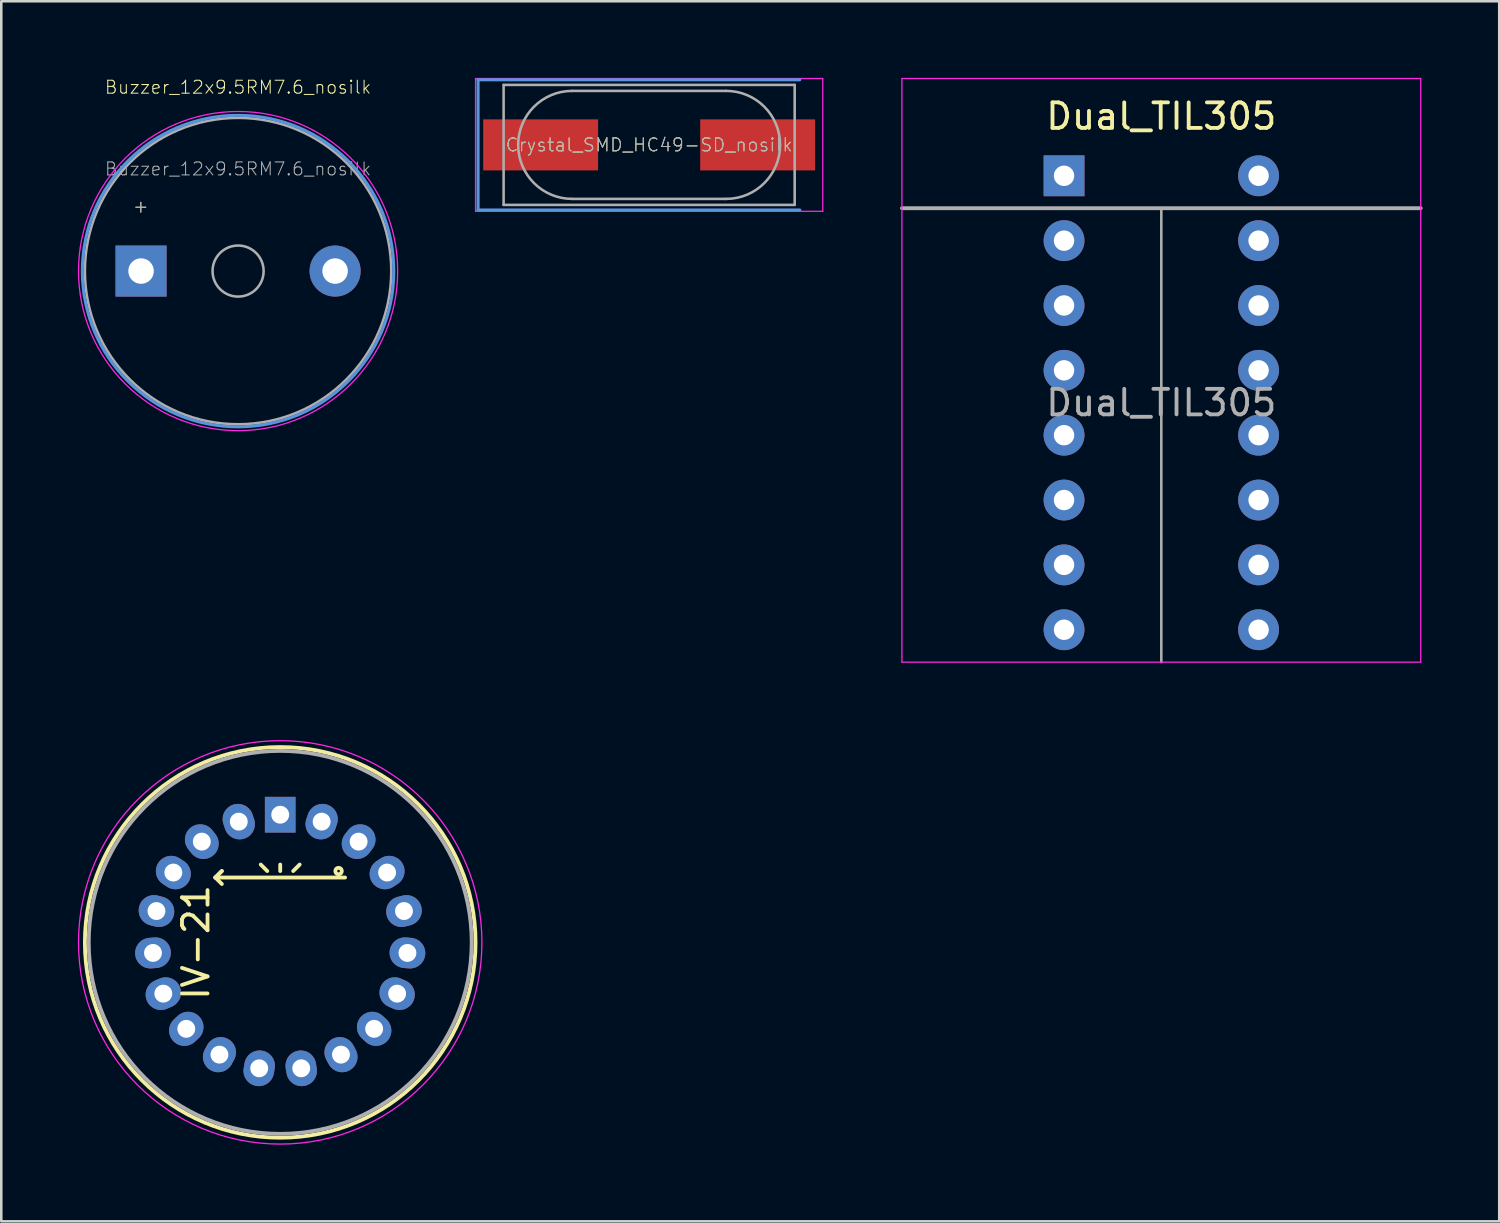
<source format=kicad_pcb>
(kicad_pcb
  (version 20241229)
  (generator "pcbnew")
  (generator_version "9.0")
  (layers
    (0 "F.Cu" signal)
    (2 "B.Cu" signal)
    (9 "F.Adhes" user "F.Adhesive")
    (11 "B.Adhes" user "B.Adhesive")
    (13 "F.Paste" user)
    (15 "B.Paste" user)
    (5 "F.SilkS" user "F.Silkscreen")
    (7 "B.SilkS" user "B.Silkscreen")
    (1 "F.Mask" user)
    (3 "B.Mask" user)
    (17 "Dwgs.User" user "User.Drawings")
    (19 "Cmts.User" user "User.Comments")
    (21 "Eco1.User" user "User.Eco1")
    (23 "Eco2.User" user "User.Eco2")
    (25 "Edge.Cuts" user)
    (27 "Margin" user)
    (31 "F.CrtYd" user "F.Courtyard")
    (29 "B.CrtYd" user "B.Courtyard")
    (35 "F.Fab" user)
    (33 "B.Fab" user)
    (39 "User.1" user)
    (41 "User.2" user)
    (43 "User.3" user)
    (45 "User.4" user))
  (footprint "IV-21"
    (layer "F.Cu")
    (at 7.925 33.86)
    (property "Reference" "IV-21" (at -3.302 0 90) (layer "F.SilkS") (effects (font (size 1 1) (thickness 0.15))))
    (attr through_hole)
    (fp_line (start -2.54 -2.54) (end -2.286 -2.794) (stroke (width 0.15) (type solid)) (layer "F.SilkS"))
    (fp_line (start -2.54 -2.54) (end -2.286 -2.286) (stroke (width 0.15) (type solid)) (layer "F.SilkS"))
    (fp_line (start -2.54 -2.54) (end 2.54 -2.54) (stroke (width 0.15) (type solid)) (layer "F.SilkS"))
    (fp_line (start -2.286 -2.794) (end -2.54 -2.54) (stroke (width 0.15) (type solid)) (layer "F.SilkS"))
    (fp_line (start -0.508 -2.794) (end -0.762 -3.048) (stroke (width 0.15) (type solid)) (layer "F.SilkS"))
    (fp_line (start 0 -2.794) (end 0 -3.048) (stroke (width 0.15) (type solid)) (layer "F.SilkS"))
    (fp_line (start 0.508 -2.794) (end 0.762 -3.048) (stroke (width 0.15) (type solid)) (layer "F.SilkS"))
    (fp_circle (center 0 0) (end 0 7.65) (stroke (width 0.15) (type solid)) (fill no) (layer "F.SilkS"))
    (fp_circle (center 2.286 -2.794) (end 2.413 -2.794) (stroke (width 0.15) (type solid)) (fill no) (layer "F.SilkS"))
    (fp_circle (center 0 0) (end 0 7.9) (stroke (width 0.05) (type solid)) (fill no) (layer "F.CrtYd"))
    (fp_circle (center 0 0) (end 0 7.5) (stroke (width 0.15) (type solid)) (fill no) (layer "F.Fab"))
    (pad "1" thru_hole rect (at 0 -5) (size 1.2 1.4) (drill 0.7) (layers "*.Cu" "*.Mask"))
    (pad "2" thru_hole oval (at -1.623 -4.729 18.9) (size 1.2 1.4) (drill 0.7) (layers "*.Cu" "*.Mask"))
    (pad "3" thru_hole oval (at -3.071 -3.946 37.9) (size 1.2 1.4) (drill 0.7) (layers "*.Cu" "*.Mask"))
    (pad "4" thru_hole oval (at -4.186 -2.735 56.8) (size 1.2 1.4) (drill 0.7) (layers "*.Cu" "*.Mask"))
    (pad "5" thru_hole oval (at -4.847 -1.227 75.8) (size 1.2 1.4) (drill 0.7) (layers "*.Cu" "*.Mask"))
    (pad "6" thru_hole oval (at -4.983 0.413 94.7) (size 1.2 1.4) (drill 0.7) (layers "*.Cu" "*.Mask"))
    (pad "7" thru_hole oval (at -4.579 2.008 113.7) (size 1.2 1.4) (drill 0.7) (layers "*.Cu" "*.Mask"))
    (pad "8" thru_hole oval (at -3.679 3.386 132.6) (size 1.2 1.4) (drill 0.7) (layers "*.Cu" "*.Mask"))
    (pad "9" thru_hole oval (at -2.38 4.397 151.6) (size 1.2 1.4) (drill 0.7) (layers "*.Cu" "*.Mask"))
    (pad "10" thru_hole oval (at -0.823 4.932 170.5) (size 1.2 1.4) (drill 0.7) (layers "*.Cu" "*.Mask"))
    (pad "11" thru_hole oval (at 0.823 4.932 189.5) (size 1.2 1.4) (drill 0.7) (layers "*.Cu" "*.Mask"))
    (pad "12" thru_hole oval (at 2.38 4.397 208.4) (size 1.2 1.4) (drill 0.7) (layers "*.Cu" "*.Mask"))
    (pad "13" thru_hole oval (at 3.679 3.386 227.4) (size 1.2 1.4) (drill 0.7) (layers "*.Cu" "*.Mask"))
    (pad "14" thru_hole oval (at 4.579 2.008 246.3) (size 1.2 1.4) (drill 0.7) (layers "*.Cu" "*.Mask"))
    (pad "15" thru_hole oval (at 4.983 0.413 265.3) (size 1.2 1.4) (drill 0.7) (layers "*.Cu" "*.Mask"))
    (pad "16" thru_hole oval (at 4.847 -1.227 284.2) (size 1.2 1.4) (drill 0.7) (layers "*.Cu" "*.Mask"))
    (pad "17" thru_hole oval (at 4.186 -2.735 303.2) (size 1.2 1.4) (drill 0.7) (layers "*.Cu" "*.Mask"))
    (pad "18" thru_hole oval (at 3.071 -3.946 322.1) (size 1.2 1.4) (drill 0.7) (layers "*.Cu" "*.Mask"))
    (pad "19" thru_hole oval (at 1.623 -4.729 341.1) (size 1.2 1.4) (drill 0.7) (layers "*.Cu" "*.Mask")))
  (footprint "Buzzer_12x9.5RM7.6_nosilk"
    (layer "F.Cu")
    (at 2.475 7.567)
    (property "Reference" "Buzzer_12x9.5RM7.6_nosilk" (at 3.8 -7.2 0) (layer "F.SilkS") (effects (font (size 0.508 0.508) (thickness 0.04))))
    (attr through_hole)
    (fp_circle (center 3.8 0) (end 9.9 0) (stroke (width 0.12) (type solid)) (fill no) (layer "Cmts.User"))
    (fp_circle (center 3.8 0) (end 10.05 0) (stroke (width 0.05) (type solid)) (fill no) (layer "F.CrtYd"))
    (fp_circle (center 3.8 0) (end 4.8 0) (stroke (width 0.1) (type solid)) (fill no) (layer "F.Fab"))
    (fp_circle (center 3.8 0) (end 9.8 0) (stroke (width 0.1) (type solid)) (fill no) (layer "F.Fab"))
    (fp_text user "+" (at -0.01 -2.54 0) (layer "F.SilkS") (effects (font (size 0.508 0.508) (thickness 0.04))))
    (fp_text user "${REFERENCE}" (at 3.8 -4 0) (layer "F.Fab") (effects (font (size 0.508 0.508) (thickness 0.04))))
    (fp_text user "+" (at -0.01 -2.54 0) (layer "F.Fab") (effects (font (size 0.508 0.508) (thickness 0.04))))
    (pad "1" thru_hole rect (at 0 0) (size 2 2) (drill 1) (layers "*.Cu" "*.Mask"))
    (pad "2" thru_hole circle (at 7.6 0) (size 2 2) (drill 1) (layers "*.Cu" "*.Mask")))
  (footprint "Crystal_SMD_HC49-SD_nosilk"
    (layer "F.Cu")
    (at 22.375 2.625)
    (property "Reference" "Crystal_SMD_HC49-SD_nosilk" (at 0 0 0) (layer "F.SilkS") (effects (font (size 0.508 0.508) (thickness 0.04))))
    (attr smd)
    (fp_line (start -6.7 -2.55) (end -6.7 2.55) (stroke (width 0.12) (type solid)) (layer "Cmts.User"))
    (fp_line (start -6.7 2.55) (end 5.9 2.55) (stroke (width 0.12) (type solid)) (layer "Cmts.User"))
    (fp_line (start 5.9 -2.55) (end -6.7 -2.55) (stroke (width 0.12) (type solid)) (layer "Cmts.User"))
    (fp_line (start -6.8 -2.6) (end -6.8 2.6) (stroke (width 0.05) (type solid)) (layer "F.CrtYd"))
    (fp_line (start -6.8 2.6) (end 6.8 2.6) (stroke (width 0.05) (type solid)) (layer "F.CrtYd"))
    (fp_line (start 6.8 -2.6) (end -6.8 -2.6) (stroke (width 0.05) (type solid)) (layer "F.CrtYd"))
    (fp_line (start 6.8 2.6) (end 6.8 -2.6) (stroke (width 0.05) (type solid)) (layer "F.CrtYd"))
    (fp_line (start -5.7 -2.35) (end -5.7 2.35) (stroke (width 0.1) (type solid)) (layer "F.Fab"))
    (fp_line (start -5.7 2.35) (end 5.7 2.35) (stroke (width 0.1) (type solid)) (layer "F.Fab"))
    (fp_line (start -3.015 -2.115) (end 3.015 -2.115) (stroke (width 0.1) (type solid)) (layer "F.Fab"))
    (fp_line (start -3.015 2.115) (end 3.015 2.115) (stroke (width 0.1) (type solid)) (layer "F.Fab"))
    (fp_line (start 5.7 -2.35) (end -5.7 -2.35) (stroke (width 0.1) (type solid)) (layer "F.Fab"))
    (fp_line (start 5.7 2.35) (end 5.7 -2.35) (stroke (width 0.1) (type solid)) (layer "F.Fab"))
    (fp_arc (start -3.015 2.115) (mid -5.13 0) (end -3.015 -2.115) (stroke (width 0.1) (type solid)) (layer "F.Fab"))
    (fp_arc (start 3.015 -2.115) (mid 5.13 0) (end 3.015 2.115) (stroke (width 0.1) (type solid)) (layer "F.Fab"))
    (fp_text user "${REFERENCE}" (at 0 0 0) (layer "F.Fab") (effects (font (size 0.508 0.508) (thickness 0.04))))
    (pad "1" smd rect (at -4.25 0) (size 4.5 2) (layers "F.Cu" "F.Mask" "F.Paste"))
    (pad "2" smd rect (at 4.25 0) (size 4.5 2) (layers "F.Cu" "F.Mask" "F.Paste")))
  (footprint "Dual_TIL305"
    (layer "F.Cu")
    (at 38.625 3.835)
    (property "Reference" "Dual_TIL305" (at 3.81 -2.33 0) (layer "F.SilkS") (effects (font (size 1 1) (thickness 0.15))))
    (attr through_hole)
    (fp_line (start -6.35 -3.81) (end -6.35 19.05) (stroke (width 0.05) (type solid)) (layer "F.CrtYd"))
    (fp_line (start -6.35 19.05) (end 13.97 19.05) (stroke (width 0.05) (type solid)) (layer "F.CrtYd"))
    (fp_line (start 13.97 -3.81) (end -6.35 -3.81) (stroke (width 0.05) (type solid)) (layer "F.CrtYd"))
    (fp_line (start 13.97 19.05) (end 13.97 -3.81) (stroke (width 0.05) (type solid)) (layer "F.CrtYd"))
    (fp_line (start 3.81 1.27) (end 3.81 19.05) (stroke (width 0.1) (type solid)) (layer "F.Fab"))
    (fp_line (start 13.97 1.27) (end -6.35 1.27) (stroke (width 0.15) (type solid)) (layer "F.Fab"))
    (fp_text user "${REFERENCE}" (at 3.81 8.89 0) (layer "F.Fab") (effects (font (size 1 1) (thickness 0.15))))
    (pad "1" thru_hole rect (at 0 0) (size 1.6 1.6) (drill 0.8) (layers "*.Cu" "*.Mask"))
    (pad "2" thru_hole oval (at 0 2.54) (size 1.6 1.6) (drill 0.8) (layers "*.Cu" "*.Mask"))
    (pad "3" thru_hole oval (at 0 5.08) (size 1.6 1.6) (drill 0.8) (layers "*.Cu" "*.Mask"))
    (pad "4" thru_hole oval (at 0 7.62) (size 1.6 1.6) (drill 0.8) (layers "*.Cu" "*.Mask"))
    (pad "5" thru_hole oval (at 0 10.16) (size 1.6 1.6) (drill 0.8) (layers "*.Cu" "*.Mask"))
    (pad "6" thru_hole oval (at 0 12.7) (size 1.6 1.6) (drill 0.8) (layers "*.Cu" "*.Mask"))
    (pad "7" thru_hole oval (at 0 15.24) (size 1.6 1.6) (drill 0.8) (layers "*.Cu" "*.Mask"))
    (pad "8" thru_hole oval (at 0 17.78) (size 1.6 1.6) (drill 0.8) (layers "*.Cu" "*.Mask"))
    (pad "9" thru_hole oval (at 7.62 17.78) (size 1.6 1.6) (drill 0.8) (layers "*.Cu" "*.Mask"))
    (pad "10" thru_hole oval (at 7.62 15.24) (size 1.6 1.6) (drill 0.8) (layers "*.Cu" "*.Mask"))
    (pad "11" thru_hole oval (at 7.62 12.7) (size 1.6 1.6) (drill 0.8) (layers "*.Cu" "*.Mask"))
    (pad "12" thru_hole oval (at 7.62 10.16) (size 1.6 1.6) (drill 0.8) (layers "*.Cu" "*.Mask"))
    (pad "13" thru_hole oval (at 7.62 7.62) (size 1.6 1.6) (drill 0.8) (layers "*.Cu" "*.Mask"))
    (pad "14" thru_hole oval (at 7.62 5.08) (size 1.6 1.6) (drill 0.8) (layers "*.Cu" "*.Mask"))
    (pad "15" thru_hole oval (at 7.62 2.54) (size 1.6 1.6) (drill 0.8) (layers "*.Cu" "*.Mask"))
    (pad "16" thru_hole oval (at 7.62 0) (size 1.6 1.6) (drill 0.8) (layers "*.Cu" "*.Mask")))
  (gr_rect
    (start -3 -3)
    (end 55.67 44.785)
    (stroke (width 0.1) (type default))
    (fill no)
    (layer "Edge.Cuts")))
</source>
